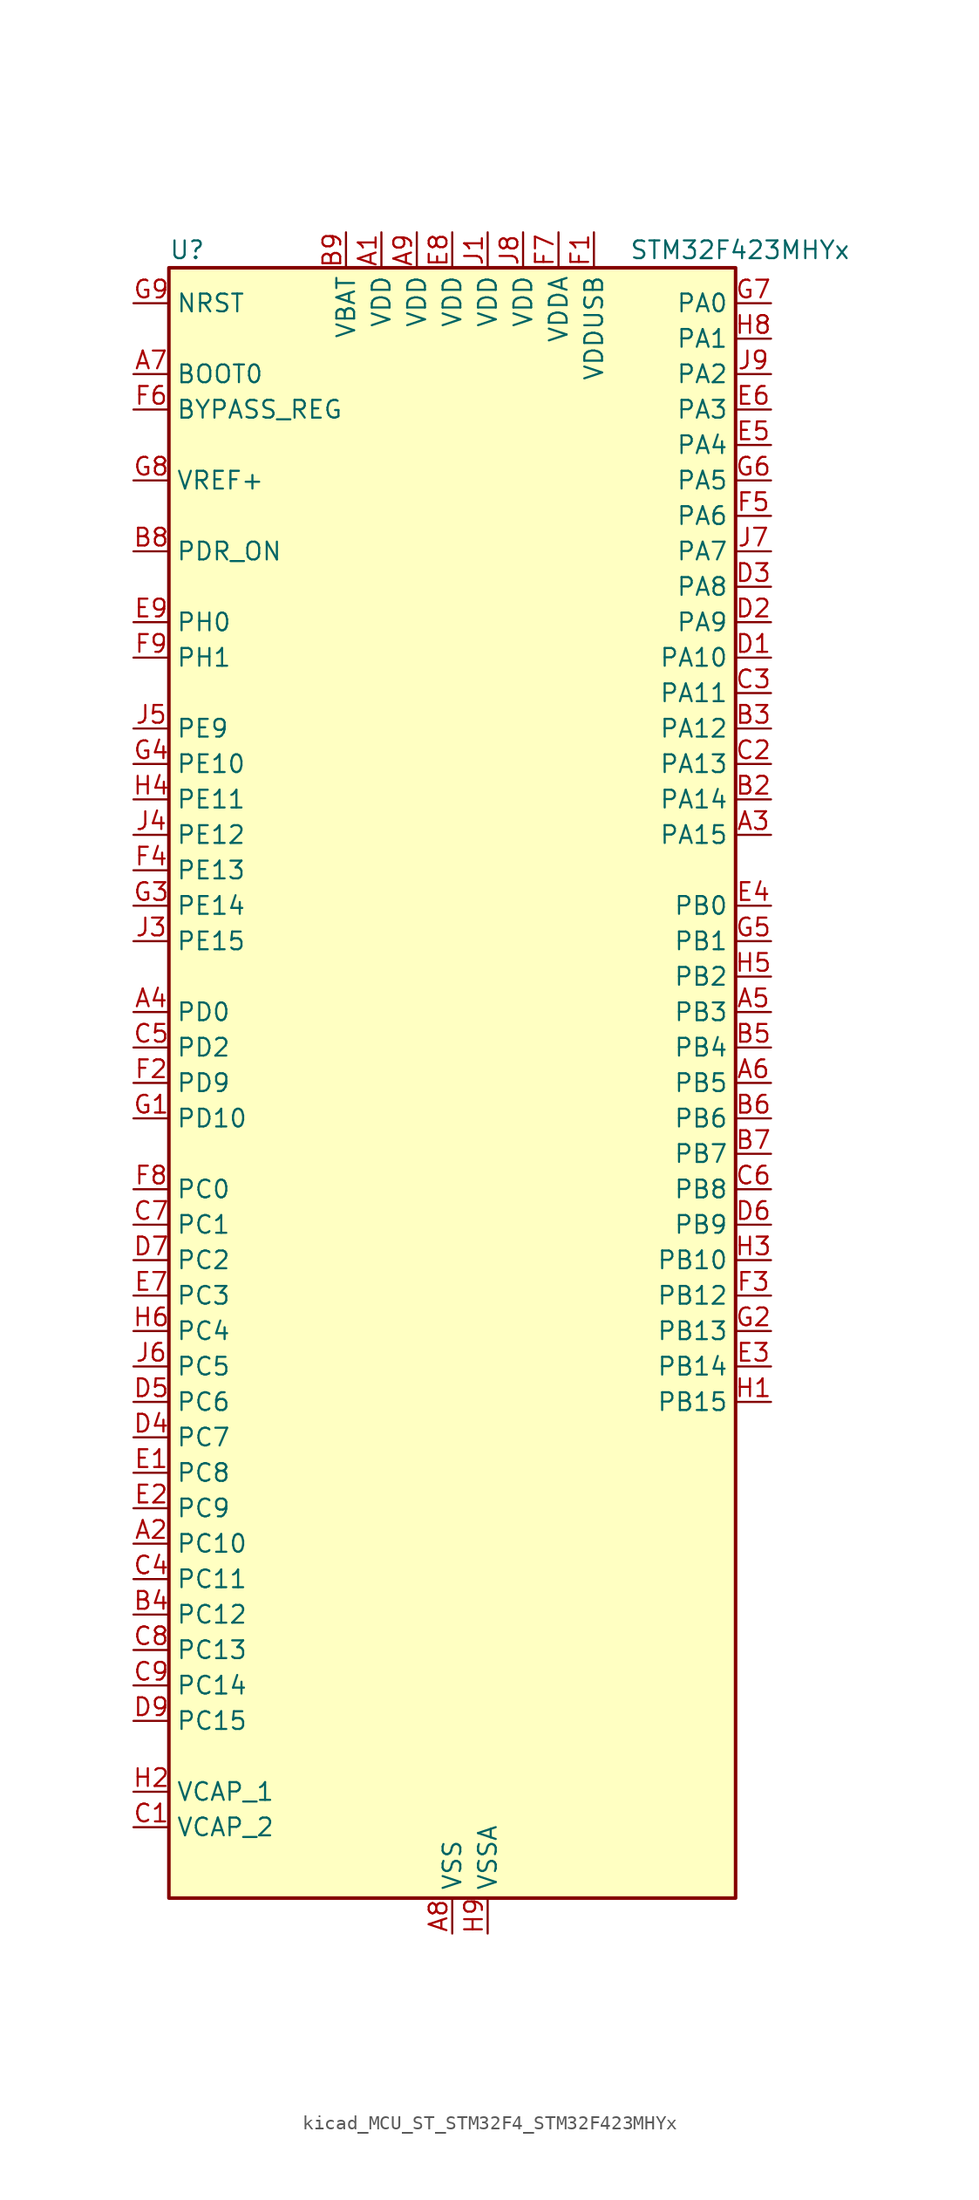
<source format=kicad_sym>
(kicad_symbol_lib
  (version 20220914)
  (generator kicad_symbol_editor)
  (symbol "kicad_MCU_ST_STM32F4_STM32F423MHYx"
    (property "Reference" "U"
      (at -20.32 59.69 0)
      (effects (font (size 1.27 1.27)) (justify left)))
    (property "Value" "STM32F423MHYx"
      (at 12.7 59.69 0)
      (effects (font (size 1.27 1.27)) (justify left)))
    (property "ki_locked" ""
      (at 0 0 0)
      (effects (font (size 1.27 1.27))))
    (symbol "kicad_MCU_ST_STM32F4_STM32F423MHYx_0_1"
      (rectangle (start -20.32 -58.42) (end 20.32 58.42) (stroke (width 0.254) (type default)) (fill (type background))))
    (symbol "kicad_MCU_ST_STM32F4_STM32F423MHYx_1_1"
      (pin power_in line (at -5.08 60.96 270) (length 2.54) (name "VDD" (effects (font (size 1.27 1.27)))) (number "A1" (effects (font (size 1.27 1.27)))))
      (pin bidirectional line (at -22.86 -33.02 0) (length 2.54) (name "PC10" (effects (font (size 1.27 1.27)))) (number "A2" (effects (font (size 1.27 1.27)))) (alternate "DFSDM2_CKIN5" bidirectional line) (alternate "I2S3_CK" bidirectional line) (alternate "QUADSPI_BK1_IO1" bidirectional line) (alternate "SDIO_D2" bidirectional line) (alternate "SPI3_SCK" bidirectional line) (alternate "USART3_TX" bidirectional line))
      (pin bidirectional line (at 22.86 17.78 180) (length 2.54) (name "PA15" (effects (font (size 1.27 1.27)))) (number "A3" (effects (font (size 1.27 1.27)))) (alternate "ADC1_EXTI15" bidirectional line) (alternate "CAN3_TX" bidirectional line) (alternate "I2S1_WS" bidirectional line) (alternate "I2S3_WS" bidirectional line) (alternate "SAI1_MCLK_A" bidirectional line) (alternate "SPI1_NSS" bidirectional line) (alternate "SPI3_NSS" bidirectional line) (alternate "SYS_JTDI" bidirectional line) (alternate "TIM2_CH1" bidirectional line) (alternate "TIM2_ETR" bidirectional line) (alternate "UART7_TX" bidirectional line) (alternate "USART1_TX" bidirectional line))
      (pin bidirectional line (at -22.86 5.08 0) (length 2.54) (name "PD0" (effects (font (size 1.27 1.27)))) (number "A4" (effects (font (size 1.27 1.27)))) (alternate "CAN1_RX" bidirectional line) (alternate "DFSDM2_CKIN6" bidirectional line) (alternate "FSMC_D2" bidirectional line) (alternate "FSMC_DA2" bidirectional line) (alternate "UART4_RX" bidirectional line))
      (pin bidirectional line (at 22.86 5.08 180) (length 2.54) (name "PB3" (effects (font (size 1.27 1.27)))) (number "A5" (effects (font (size 1.27 1.27)))) (alternate "CAN3_RX" bidirectional line) (alternate "FMPI2C1_SDA" bidirectional line) (alternate "I2C2_SDA" bidirectional line) (alternate "I2S1_CK" bidirectional line) (alternate "I2S3_CK" bidirectional line) (alternate "SAI1_SD_A" bidirectional line) (alternate "SPI1_SCK" bidirectional line) (alternate "SPI3_SCK" bidirectional line) (alternate "SYS_JTDO-SWO" bidirectional line) (alternate "TIM2_CH2" bidirectional line) (alternate "UART7_RX" bidirectional line) (alternate "USART1_RX" bidirectional line))
      (pin bidirectional line (at 22.86 0 180) (length 2.54) (name "PB5" (effects (font (size 1.27 1.27)))) (number "A6" (effects (font (size 1.27 1.27)))) (alternate "CAN2_RX" bidirectional line) (alternate "I2C1_SMBA" bidirectional line) (alternate "I2S1_SD" bidirectional line) (alternate "I2S3_SD" bidirectional line) (alternate "LPTIM1_IN1" bidirectional line) (alternate "SAI1_FS_A" bidirectional line) (alternate "SDIO_D3" bidirectional line) (alternate "SPI1_MOSI" bidirectional line) (alternate "SPI3_MOSI" bidirectional line) (alternate "TIM3_CH2" bidirectional line) (alternate "UART5_RX" bidirectional line))
      (pin input line (at -22.86 50.8 0) (length 2.54) (name "BOOT0" (effects (font (size 1.27 1.27)))) (number "A7" (effects (font (size 1.27 1.27)))))
      (pin power_in line (at 0 -60.96 90) (length 2.54) (name "VSS" (effects (font (size 1.27 1.27)))) (number "A8" (effects (font (size 1.27 1.27)))))
      (pin power_in line (at -2.54 60.96 270) (length 2.54) (name "VDD" (effects (font (size 1.27 1.27)))) (number "A9" (effects (font (size 1.27 1.27)))))
      (pin passive line (at 0 -60.96 90) (length 2.54) hide (name "VSS" (effects (font (size 1.27 1.27)))) (number "B1" (effects (font (size 1.27 1.27)))))
      (pin bidirectional line (at 22.86 20.32 180) (length 2.54) (name "PA14" (effects (font (size 1.27 1.27)))) (number "B2" (effects (font (size 1.27 1.27)))) (alternate "SYS_JTCK-SWCLK" bidirectional line))
      (pin bidirectional line (at 22.86 25.4 180) (length 2.54) (name "PA12" (effects (font (size 1.27 1.27)))) (number "B3" (effects (font (size 1.27 1.27)))) (alternate "CAN1_TX" bidirectional line) (alternate "DFSDM2_DATIN5" bidirectional line) (alternate "SPI2_MISO" bidirectional line) (alternate "SPI5_MISO" bidirectional line) (alternate "TIM1_ETR" bidirectional line) (alternate "UART4_TX" bidirectional line) (alternate "USART1_RTS" bidirectional line) (alternate "USART6_RX" bidirectional line) (alternate "USB_OTG_FS_DP" bidirectional line))
      (pin bidirectional line (at -22.86 -38.1 0) (length 2.54) (name "PC12" (effects (font (size 1.27 1.27)))) (number "B4" (effects (font (size 1.27 1.27)))) (alternate "FSMC_D3" bidirectional line) (alternate "FSMC_DA3" bidirectional line) (alternate "I2S3_SD" bidirectional line) (alternate "SDIO_CK" bidirectional line) (alternate "SPI3_MOSI" bidirectional line) (alternate "UART5_TX" bidirectional line) (alternate "USART3_CK" bidirectional line))
      (pin bidirectional line (at 22.86 2.54 180) (length 2.54) (name "PB4" (effects (font (size 1.27 1.27)))) (number "B5" (effects (font (size 1.27 1.27)))) (alternate "CAN3_TX" bidirectional line) (alternate "I2C3_SDA" bidirectional line) (alternate "I2S3_ext_SD" bidirectional line) (alternate "SAI1_SCK_A" bidirectional line) (alternate "SDIO_D0" bidirectional line) (alternate "SPI1_MISO" bidirectional line) (alternate "SPI3_MISO" bidirectional line) (alternate "SYS_JTRST" bidirectional line) (alternate "TIM3_CH1" bidirectional line) (alternate "UART7_TX" bidirectional line))
      (pin bidirectional line (at 22.86 -2.54 180) (length 2.54) (name "PB6" (effects (font (size 1.27 1.27)))) (number "B6" (effects (font (size 1.27 1.27)))) (alternate "CAN2_TX" bidirectional line) (alternate "DFSDM2_CKIN7" bidirectional line) (alternate "I2C1_SCL" bidirectional line) (alternate "LPTIM1_ETR" bidirectional line) (alternate "QUADSPI_BK1_NCS" bidirectional line) (alternate "SDIO_D0" bidirectional line) (alternate "TIM4_CH1" bidirectional line) (alternate "UART5_TX" bidirectional line) (alternate "USART1_TX" bidirectional line))
      (pin bidirectional line (at 22.86 -5.08 180) (length 2.54) (name "PB7" (effects (font (size 1.27 1.27)))) (number "B7" (effects (font (size 1.27 1.27)))) (alternate "DFSDM2_DATIN7" bidirectional line) (alternate "FSMC_NL" bidirectional line) (alternate "I2C1_SDA" bidirectional line) (alternate "LPTIM1_IN2" bidirectional line) (alternate "TIM4_CH2" bidirectional line) (alternate "USART1_RX" bidirectional line))
      (pin input line (at -22.86 38.1 0) (length 2.54) (name "PDR_ON" (effects (font (size 1.27 1.27)))) (number "B8" (effects (font (size 1.27 1.27)))))
      (pin power_in line (at -7.62 60.96 270) (length 2.54) (name "VBAT" (effects (font (size 1.27 1.27)))) (number "B9" (effects (font (size 1.27 1.27)))))
      (pin power_out line (at -22.86 -53.34 0) (length 2.54) (name "VCAP_2" (effects (font (size 1.27 1.27)))) (number "C1" (effects (font (size 1.27 1.27)))))
      (pin bidirectional line (at 22.86 22.86 180) (length 2.54) (name "PA13" (effects (font (size 1.27 1.27)))) (number "C2" (effects (font (size 1.27 1.27)))) (alternate "SYS_JTMS-SWDIO" bidirectional line))
      (pin bidirectional line (at 22.86 27.94 180) (length 2.54) (name "PA11" (effects (font (size 1.27 1.27)))) (number "C3" (effects (font (size 1.27 1.27)))) (alternate "ADC1_EXTI11" bidirectional line) (alternate "CAN1_RX" bidirectional line) (alternate "DFSDM2_CKIN5" bidirectional line) (alternate "I2S2_WS" bidirectional line) (alternate "SPI2_NSS" bidirectional line) (alternate "SPI4_MISO" bidirectional line) (alternate "TIM1_CH4" bidirectional line) (alternate "UART4_RX" bidirectional line) (alternate "USART1_CTS" bidirectional line) (alternate "USART6_TX" bidirectional line) (alternate "USB_OTG_FS_DM" bidirectional line))
      (pin bidirectional line (at -22.86 -35.56 0) (length 2.54) (name "PC11" (effects (font (size 1.27 1.27)))) (number "C4" (effects (font (size 1.27 1.27)))) (alternate "ADC1_EXTI11" bidirectional line) (alternate "DFSDM2_DATIN5" bidirectional line) (alternate "FSMC_D2" bidirectional line) (alternate "FSMC_DA2" bidirectional line) (alternate "I2S3_ext_SD" bidirectional line) (alternate "QUADSPI_BK2_NCS" bidirectional line) (alternate "SDIO_D3" bidirectional line) (alternate "SPI3_MISO" bidirectional line) (alternate "UART4_RX" bidirectional line) (alternate "USART3_RX" bidirectional line))
      (pin bidirectional line (at -22.86 2.54 0) (length 2.54) (name "PD2" (effects (font (size 1.27 1.27)))) (number "C5" (effects (font (size 1.27 1.27)))) (alternate "DFSDM2_CKOUT" bidirectional line) (alternate "FSMC_NWE" bidirectional line) (alternate "SDIO_CMD" bidirectional line) (alternate "TIM3_ETR" bidirectional line) (alternate "UART5_RX" bidirectional line))
      (pin bidirectional line (at 22.86 -7.62 180) (length 2.54) (name "PB8" (effects (font (size 1.27 1.27)))) (number "C6" (effects (font (size 1.27 1.27)))) (alternate "CAN1_RX" bidirectional line) (alternate "DFSDM2_CKIN1" bidirectional line) (alternate "I2C1_SCL" bidirectional line) (alternate "I2C3_SDA" bidirectional line) (alternate "I2S5_SD" bidirectional line) (alternate "LPTIM1_OUT" bidirectional line) (alternate "SDIO_D4" bidirectional line) (alternate "SPI5_MOSI" bidirectional line) (alternate "TIM10_CH1" bidirectional line) (alternate "TIM4_CH3" bidirectional line) (alternate "UART5_RX" bidirectional line))
      (pin bidirectional line (at -22.86 -10.16 0) (length 2.54) (name "PC1" (effects (font (size 1.27 1.27)))) (number "C7" (effects (font (size 1.27 1.27)))) (alternate "ADC1_IN11" bidirectional line) (alternate "DFSDM2_DATIN4" bidirectional line) (alternate "LPTIM1_OUT" bidirectional line) (alternate "SAI1_SD_B" bidirectional line) (alternate "SYS_WKUP3" bidirectional line))
      (pin bidirectional line (at -22.86 -40.64 0) (length 2.54) (name "PC13" (effects (font (size 1.27 1.27)))) (number "C8" (effects (font (size 1.27 1.27)))) (alternate "RTC_AF1" bidirectional line))
      (pin bidirectional line (at -22.86 -43.18 0) (length 2.54) (name "PC14" (effects (font (size 1.27 1.27)))) (number "C9" (effects (font (size 1.27 1.27)))) (alternate "RCC_OSC32_IN" bidirectional line))
      (pin bidirectional line (at 22.86 30.48 180) (length 2.54) (name "PA10" (effects (font (size 1.27 1.27)))) (number "D1" (effects (font (size 1.27 1.27)))) (alternate "DFSDM2_DATIN3" bidirectional line) (alternate "I2S2_SD" bidirectional line) (alternate "I2S5_SD" bidirectional line) (alternate "SPI2_MOSI" bidirectional line) (alternate "SPI5_MOSI" bidirectional line) (alternate "TIM1_CH3" bidirectional line) (alternate "USART1_RX" bidirectional line) (alternate "USB_OTG_FS_ID" bidirectional line))
      (pin bidirectional line (at 22.86 33.02 180) (length 2.54) (name "PA9" (effects (font (size 1.27 1.27)))) (number "D2" (effects (font (size 1.27 1.27)))) (alternate "DAC_EXTI9" bidirectional line) (alternate "DFSDM2_CKIN3" bidirectional line) (alternate "I2C3_SMBA" bidirectional line) (alternate "I2S2_CK" bidirectional line) (alternate "SDIO_D2" bidirectional line) (alternate "SPI2_SCK" bidirectional line) (alternate "TIM1_CH2" bidirectional line) (alternate "USART1_TX" bidirectional line) (alternate "USB_OTG_FS_VBUS" bidirectional line))
      (pin bidirectional line (at 22.86 35.56 180) (length 2.54) (name "PA8" (effects (font (size 1.27 1.27)))) (number "D3" (effects (font (size 1.27 1.27)))) (alternate "CAN3_RX" bidirectional line) (alternate "DFSDM1_CKOUT" bidirectional line) (alternate "I2C3_SCL" bidirectional line) (alternate "RCC_MCO_1" bidirectional line) (alternate "SDIO_D1" bidirectional line) (alternate "TIM1_CH1" bidirectional line) (alternate "UART7_RX" bidirectional line) (alternate "USART1_CK" bidirectional line) (alternate "USB_OTG_FS_SOF" bidirectional line))
      (pin bidirectional line (at -22.86 -25.4 0) (length 2.54) (name "PC7" (effects (font (size 1.27 1.27)))) (number "D4" (effects (font (size 1.27 1.27)))) (alternate "DFSDM1_DATIN3" bidirectional line) (alternate "DFSDM2_CKIN6" bidirectional line) (alternate "FMPI2C1_SDA" bidirectional line) (alternate "I2S2_CK" bidirectional line) (alternate "I2S3_MCK" bidirectional line) (alternate "SDIO_D7" bidirectional line) (alternate "SPI2_SCK" bidirectional line) (alternate "TIM3_CH2" bidirectional line) (alternate "TIM8_CH2" bidirectional line) (alternate "USART6_RX" bidirectional line))
      (pin bidirectional line (at -22.86 -22.86 0) (length 2.54) (name "PC6" (effects (font (size 1.27 1.27)))) (number "D5" (effects (font (size 1.27 1.27)))) (alternate "DFSDM1_CKIN3" bidirectional line) (alternate "DFSDM2_DATIN6" bidirectional line) (alternate "FMPI2C1_SCL" bidirectional line) (alternate "FSMC_D1" bidirectional line) (alternate "FSMC_DA1" bidirectional line) (alternate "I2S2_MCK" bidirectional line) (alternate "SDIO_D6" bidirectional line) (alternate "TIM3_CH1" bidirectional line) (alternate "TIM8_CH1" bidirectional line) (alternate "USART6_TX" bidirectional line))
      (pin bidirectional line (at 22.86 -10.16 180) (length 2.54) (name "PB9" (effects (font (size 1.27 1.27)))) (number "D6" (effects (font (size 1.27 1.27)))) (alternate "CAN1_TX" bidirectional line) (alternate "DAC_EXTI9" bidirectional line) (alternate "DFSDM2_DATIN1" bidirectional line) (alternate "I2C1_SDA" bidirectional line) (alternate "I2C2_SDA" bidirectional line) (alternate "I2S2_WS" bidirectional line) (alternate "SDIO_D5" bidirectional line) (alternate "SPI2_NSS" bidirectional line) (alternate "TIM11_CH1" bidirectional line) (alternate "TIM4_CH4" bidirectional line) (alternate "UART5_TX" bidirectional line))
      (pin bidirectional line (at -22.86 -12.7 0) (length 2.54) (name "PC2" (effects (font (size 1.27 1.27)))) (number "D7" (effects (font (size 1.27 1.27)))) (alternate "ADC1_IN12" bidirectional line) (alternate "DFSDM1_CKOUT" bidirectional line) (alternate "DFSDM2_DATIN7" bidirectional line) (alternate "FSMC_NWE" bidirectional line) (alternate "I2S2_ext_SD" bidirectional line) (alternate "LPTIM1_IN2" bidirectional line) (alternate "SAI1_SCK_B" bidirectional line) (alternate "SPI2_MISO" bidirectional line))
      (pin passive line (at 0 -60.96 90) (length 2.54) hide (name "VSS" (effects (font (size 1.27 1.27)))) (number "D8" (effects (font (size 1.27 1.27)))))
      (pin bidirectional line (at -22.86 -45.72 0) (length 2.54) (name "PC15" (effects (font (size 1.27 1.27)))) (number "D9" (effects (font (size 1.27 1.27)))) (alternate "ADC1_EXTI15" bidirectional line) (alternate "RCC_OSC32_OUT" bidirectional line))
      (pin bidirectional line (at -22.86 -27.94 0) (length 2.54) (name "PC8" (effects (font (size 1.27 1.27)))) (number "E1" (effects (font (size 1.27 1.27)))) (alternate "DFSDM2_CKIN3" bidirectional line) (alternate "QUADSPI_BK1_IO2" bidirectional line) (alternate "SDIO_D0" bidirectional line) (alternate "TIM3_CH3" bidirectional line) (alternate "TIM8_CH3" bidirectional line) (alternate "USART6_CK" bidirectional line))
      (pin bidirectional line (at -22.86 -30.48 0) (length 2.54) (name "PC9" (effects (font (size 1.27 1.27)))) (number "E2" (effects (font (size 1.27 1.27)))) (alternate "DAC_EXTI9" bidirectional line) (alternate "DFSDM2_DATIN3" bidirectional line) (alternate "I2C3_SDA" bidirectional line) (alternate "I2S_CKIN" bidirectional line) (alternate "QUADSPI_BK1_IO0" bidirectional line) (alternate "RCC_MCO_2" bidirectional line) (alternate "SDIO_D1" bidirectional line) (alternate "TIM3_CH4" bidirectional line) (alternate "TIM8_CH4" bidirectional line))
      (pin bidirectional line (at 22.86 -20.32 180) (length 2.54) (name "PB14" (effects (font (size 1.27 1.27)))) (number "E3" (effects (font (size 1.27 1.27)))) (alternate "DFSDM1_DATIN2" bidirectional line) (alternate "FMPI2C1_SDA" bidirectional line) (alternate "FSMC_D0" bidirectional line) (alternate "FSMC_DA0" bidirectional line) (alternate "I2S2_ext_SD" bidirectional line) (alternate "SDIO_D6" bidirectional line) (alternate "SPI2_MISO" bidirectional line) (alternate "TIM12_CH1" bidirectional line) (alternate "TIM1_CH2N" bidirectional line) (alternate "TIM8_CH2N" bidirectional line) (alternate "USART3_RTS" bidirectional line))
      (pin bidirectional line (at 22.86 12.7 180) (length 2.54) (name "PB0" (effects (font (size 1.27 1.27)))) (number "E4" (effects (font (size 1.27 1.27)))) (alternate "ADC1_IN8" bidirectional line) (alternate "I2S5_CK" bidirectional line) (alternate "SPI5_SCK" bidirectional line) (alternate "TIM1_CH2N" bidirectional line) (alternate "TIM3_CH3" bidirectional line) (alternate "TIM8_CH2N" bidirectional line))
      (pin bidirectional line (at 22.86 45.72 180) (length 2.54) (name "PA4" (effects (font (size 1.27 1.27)))) (number "E5" (effects (font (size 1.27 1.27)))) (alternate "ADC1_IN4" bidirectional line) (alternate "DAC_OUT1" bidirectional line) (alternate "DFSDM1_DATIN1" bidirectional line) (alternate "FSMC_D6" bidirectional line) (alternate "FSMC_DA6" bidirectional line) (alternate "I2S1_WS" bidirectional line) (alternate "I2S3_WS" bidirectional line) (alternate "SPI1_NSS" bidirectional line) (alternate "SPI3_NSS" bidirectional line) (alternate "USART2_CK" bidirectional line))
      (pin bidirectional line (at 22.86 48.26 180) (length 2.54) (name "PA3" (effects (font (size 1.27 1.27)))) (number "E6" (effects (font (size 1.27 1.27)))) (alternate "ADC1_IN3" bidirectional line) (alternate "FSMC_D5" bidirectional line) (alternate "FSMC_DA5" bidirectional line) (alternate "I2S2_MCK" bidirectional line) (alternate "SAI1_SD_B" bidirectional line) (alternate "TIM2_CH4" bidirectional line) (alternate "TIM5_CH4" bidirectional line) (alternate "TIM9_CH2" bidirectional line) (alternate "USART2_RX" bidirectional line))
      (pin bidirectional line (at -22.86 -15.24 0) (length 2.54) (name "PC3" (effects (font (size 1.27 1.27)))) (number "E7" (effects (font (size 1.27 1.27)))) (alternate "ADC1_IN13" bidirectional line) (alternate "DFSDM2_CKIN7" bidirectional line) (alternate "FSMC_A0" bidirectional line) (alternate "I2S2_SD" bidirectional line) (alternate "LPTIM1_ETR" bidirectional line) (alternate "SAI1_FS_B" bidirectional line) (alternate "SPI2_MOSI" bidirectional line))
      (pin power_in line (at 0 60.96 270) (length 2.54) (name "VDD" (effects (font (size 1.27 1.27)))) (number "E8" (effects (font (size 1.27 1.27)))))
      (pin bidirectional line (at -22.86 33.02 0) (length 2.54) (name "PH0" (effects (font (size 1.27 1.27)))) (number "E9" (effects (font (size 1.27 1.27)))) (alternate "RCC_OSC_IN" bidirectional line))
      (pin power_in line (at 10.16 60.96 270) (length 2.54) (name "VDDUSB" (effects (font (size 1.27 1.27)))) (number "F1" (effects (font (size 1.27 1.27)))))
      (pin bidirectional line (at -22.86 0 0) (length 2.54) (name "PD9" (effects (font (size 1.27 1.27)))) (number "F2" (effects (font (size 1.27 1.27)))) (alternate "DAC_EXTI9" bidirectional line) (alternate "FSMC_D14" bidirectional line) (alternate "FSMC_DA14" bidirectional line) (alternate "USART3_RX" bidirectional line))
      (pin bidirectional line (at 22.86 -15.24 180) (length 2.54) (name "PB12" (effects (font (size 1.27 1.27)))) (number "F3" (effects (font (size 1.27 1.27)))) (alternate "CAN2_RX" bidirectional line) (alternate "DFSDM1_DATIN1" bidirectional line) (alternate "FSMC_D13" bidirectional line) (alternate "FSMC_DA13" bidirectional line) (alternate "I2C2_SMBA" bidirectional line) (alternate "I2S2_WS" bidirectional line) (alternate "I2S3_CK" bidirectional line) (alternate "I2S4_WS" bidirectional line) (alternate "SPI2_NSS" bidirectional line) (alternate "SPI3_SCK" bidirectional line) (alternate "SPI4_NSS" bidirectional line) (alternate "TIM1_BKIN" bidirectional line) (alternate "UART5_RX" bidirectional line) (alternate "USART3_CK" bidirectional line))
      (pin bidirectional line (at -22.86 15.24 0) (length 2.54) (name "PE13" (effects (font (size 1.27 1.27)))) (number "F4" (effects (font (size 1.27 1.27)))) (alternate "DFSDM2_CKIN7" bidirectional line) (alternate "FSMC_D10" bidirectional line) (alternate "FSMC_DA10" bidirectional line) (alternate "SPI4_MISO" bidirectional line) (alternate "SPI5_MISO" bidirectional line) (alternate "TIM1_CH3" bidirectional line))
      (pin bidirectional line (at 22.86 40.64 180) (length 2.54) (name "PA6" (effects (font (size 1.27 1.27)))) (number "F5" (effects (font (size 1.27 1.27)))) (alternate "ADC1_IN6" bidirectional line) (alternate "DFSDM2_CKIN1" bidirectional line) (alternate "I2S2_MCK" bidirectional line) (alternate "QUADSPI_BK2_IO0" bidirectional line) (alternate "SDIO_CMD" bidirectional line) (alternate "SPI1_MISO" bidirectional line) (alternate "TIM13_CH1" bidirectional line) (alternate "TIM1_BKIN" bidirectional line) (alternate "TIM3_CH1" bidirectional line) (alternate "TIM8_BKIN" bidirectional line))
      (pin input line (at -22.86 48.26 0) (length 2.54) (name "BYPASS_REG" (effects (font (size 1.27 1.27)))) (number "F6" (effects (font (size 1.27 1.27)))))
      (pin power_in line (at 7.62 60.96 270) (length 2.54) (name "VDDA" (effects (font (size 1.27 1.27)))) (number "F7" (effects (font (size 1.27 1.27)))))
      (pin bidirectional line (at -22.86 -7.62 0) (length 2.54) (name "PC0" (effects (font (size 1.27 1.27)))) (number "F8" (effects (font (size 1.27 1.27)))) (alternate "ADC1_IN10" bidirectional line) (alternate "DFSDM2_CKIN4" bidirectional line) (alternate "LPTIM1_IN1" bidirectional line) (alternate "SAI1_MCLK_B" bidirectional line) (alternate "SYS_WKUP2" bidirectional line))
      (pin bidirectional line (at -22.86 30.48 0) (length 2.54) (name "PH1" (effects (font (size 1.27 1.27)))) (number "F9" (effects (font (size 1.27 1.27)))) (alternate "RCC_OSC_OUT" bidirectional line))
      (pin bidirectional line (at -22.86 -2.54 0) (length 2.54) (name "PD10" (effects (font (size 1.27 1.27)))) (number "G1" (effects (font (size 1.27 1.27)))) (alternate "FSMC_D15" bidirectional line) (alternate "FSMC_DA15" bidirectional line) (alternate "UART4_TX" bidirectional line) (alternate "USART3_CK" bidirectional line))
      (pin bidirectional line (at 22.86 -17.78 180) (length 2.54) (name "PB13" (effects (font (size 1.27 1.27)))) (number "G2" (effects (font (size 1.27 1.27)))) (alternate "CAN2_TX" bidirectional line) (alternate "DFSDM1_CKIN1" bidirectional line) (alternate "FMPI2C1_SMBA" bidirectional line) (alternate "I2S2_CK" bidirectional line) (alternate "I2S4_CK" bidirectional line) (alternate "SPI2_SCK" bidirectional line) (alternate "SPI4_SCK" bidirectional line) (alternate "TIM1_CH1N" bidirectional line) (alternate "UART5_TX" bidirectional line) (alternate "USART3_CTS" bidirectional line))
      (pin bidirectional line (at -22.86 12.7 0) (length 2.54) (name "PE14" (effects (font (size 1.27 1.27)))) (number "G3" (effects (font (size 1.27 1.27)))) (alternate "DFSDM2_DATIN1" bidirectional line) (alternate "FSMC_D11" bidirectional line) (alternate "FSMC_DA11" bidirectional line) (alternate "I2S4_SD" bidirectional line) (alternate "I2S5_SD" bidirectional line) (alternate "SPI4_MOSI" bidirectional line) (alternate "SPI5_MOSI" bidirectional line) (alternate "TIM1_CH4" bidirectional line))
      (pin bidirectional line (at -22.86 22.86 0) (length 2.54) (name "PE10" (effects (font (size 1.27 1.27)))) (number "G4" (effects (font (size 1.27 1.27)))) (alternate "DFSDM2_DATIN0" bidirectional line) (alternate "FSMC_D7" bidirectional line) (alternate "FSMC_DA7" bidirectional line) (alternate "QUADSPI_BK2_IO3" bidirectional line) (alternate "TIM1_CH2N" bidirectional line))
      (pin bidirectional line (at 22.86 10.16 180) (length 2.54) (name "PB1" (effects (font (size 1.27 1.27)))) (number "G5" (effects (font (size 1.27 1.27)))) (alternate "ADC1_IN9" bidirectional line) (alternate "DFSDM1_DATIN0" bidirectional line) (alternate "I2S5_WS" bidirectional line) (alternate "QUADSPI_CLK" bidirectional line) (alternate "SPI5_NSS" bidirectional line) (alternate "TIM1_CH3N" bidirectional line) (alternate "TIM3_CH4" bidirectional line) (alternate "TIM8_CH3N" bidirectional line))
      (pin bidirectional line (at 22.86 43.18 180) (length 2.54) (name "PA5" (effects (font (size 1.27 1.27)))) (number "G6" (effects (font (size 1.27 1.27)))) (alternate "ADC1_IN5" bidirectional line) (alternate "DAC_OUT2" bidirectional line) (alternate "DFSDM1_CKIN1" bidirectional line) (alternate "FSMC_D7" bidirectional line) (alternate "FSMC_DA7" bidirectional line) (alternate "I2S1_CK" bidirectional line) (alternate "SPI1_SCK" bidirectional line) (alternate "TIM2_CH1" bidirectional line) (alternate "TIM2_ETR" bidirectional line) (alternate "TIM8_CH1N" bidirectional line))
      (pin bidirectional line (at 22.86 55.88 180) (length 2.54) (name "PA0" (effects (font (size 1.27 1.27)))) (number "G7" (effects (font (size 1.27 1.27)))) (alternate "ADC1_IN0" bidirectional line) (alternate "SYS_WKUP1" bidirectional line) (alternate "TIM2_CH1" bidirectional line) (alternate "TIM2_ETR" bidirectional line) (alternate "TIM5_CH1" bidirectional line) (alternate "TIM8_ETR" bidirectional line) (alternate "UART4_TX" bidirectional line) (alternate "USART2_CTS" bidirectional line))
      (pin input line (at -22.86 43.18 0) (length 2.54) (name "VREF+" (effects (font (size 1.27 1.27)))) (number "G8" (effects (font (size 1.27 1.27)))))
      (pin input line (at -22.86 55.88 0) (length 2.54) (name "NRST" (effects (font (size 1.27 1.27)))) (number "G9" (effects (font (size 1.27 1.27)))))
      (pin bidirectional line (at 22.86 -22.86 180) (length 2.54) (name "PB15" (effects (font (size 1.27 1.27)))) (number "H1" (effects (font (size 1.27 1.27)))) (alternate "ADC1_EXTI15" bidirectional line) (alternate "DFSDM1_CKIN2" bidirectional line) (alternate "FMPI2C1_SCL" bidirectional line) (alternate "I2S2_SD" bidirectional line) (alternate "RTC_REFIN" bidirectional line) (alternate "SDIO_CK" bidirectional line) (alternate "SPI2_MOSI" bidirectional line) (alternate "TIM12_CH2" bidirectional line) (alternate "TIM1_CH3N" bidirectional line) (alternate "TIM8_CH3N" bidirectional line))
      (pin power_out line (at -22.86 -50.8 0) (length 2.54) (name "VCAP_1" (effects (font (size 1.27 1.27)))) (number "H2" (effects (font (size 1.27 1.27)))))
      (pin bidirectional line (at 22.86 -12.7 180) (length 2.54) (name "PB10" (effects (font (size 1.27 1.27)))) (number "H3" (effects (font (size 1.27 1.27)))) (alternate "DFSDM2_CKOUT" bidirectional line) (alternate "FMPI2C1_SCL" bidirectional line) (alternate "I2C2_SCL" bidirectional line) (alternate "I2S2_CK" bidirectional line) (alternate "I2S3_MCK" bidirectional line) (alternate "SDIO_D7" bidirectional line) (alternate "SPI2_SCK" bidirectional line) (alternate "TIM2_CH3" bidirectional line) (alternate "USART3_TX" bidirectional line))
      (pin bidirectional line (at -22.86 20.32 0) (length 2.54) (name "PE11" (effects (font (size 1.27 1.27)))) (number "H4" (effects (font (size 1.27 1.27)))) (alternate "ADC1_EXTI11" bidirectional line) (alternate "DFSDM2_CKIN0" bidirectional line) (alternate "FSMC_D8" bidirectional line) (alternate "FSMC_DA8" bidirectional line) (alternate "I2S4_WS" bidirectional line) (alternate "I2S5_WS" bidirectional line) (alternate "SPI4_NSS" bidirectional line) (alternate "SPI5_NSS" bidirectional line) (alternate "TIM1_CH2" bidirectional line))
      (pin bidirectional line (at 22.86 7.62 180) (length 2.54) (name "PB2" (effects (font (size 1.27 1.27)))) (number "H5" (effects (font (size 1.27 1.27)))) (alternate "DFSDM1_CKIN0" bidirectional line) (alternate "LPTIM1_OUT" bidirectional line) (alternate "QUADSPI_CLK" bidirectional line))
      (pin bidirectional line (at -22.86 -17.78 0) (length 2.54) (name "PC4" (effects (font (size 1.27 1.27)))) (number "H6" (effects (font (size 1.27 1.27)))) (alternate "ADC1_IN14" bidirectional line) (alternate "DFSDM2_CKIN2" bidirectional line) (alternate "FSMC_NE4" bidirectional line) (alternate "I2S1_MCK" bidirectional line) (alternate "QUADSPI_BK2_IO2" bidirectional line))
      (pin passive line (at 0 -60.96 90) (length 2.54) hide (name "VSS" (effects (font (size 1.27 1.27)))) (number "H7" (effects (font (size 1.27 1.27)))))
      (pin bidirectional line (at 22.86 53.34 180) (length 2.54) (name "PA1" (effects (font (size 1.27 1.27)))) (number "H8" (effects (font (size 1.27 1.27)))) (alternate "ADC1_IN1" bidirectional line) (alternate "I2S4_SD" bidirectional line) (alternate "QUADSPI_BK1_IO3" bidirectional line) (alternate "SPI4_MOSI" bidirectional line) (alternate "TIM2_CH2" bidirectional line) (alternate "TIM5_CH2" bidirectional line) (alternate "UART4_RX" bidirectional line) (alternate "USART2_RTS" bidirectional line))
      (pin power_in line (at 2.54 -60.96 90) (length 2.54) (name "VSSA" (effects (font (size 1.27 1.27)))) (number "H9" (effects (font (size 1.27 1.27)))))
      (pin power_in line (at 2.54 60.96 270) (length 2.54) (name "VDD" (effects (font (size 1.27 1.27)))) (number "J1" (effects (font (size 1.27 1.27)))))
      (pin passive line (at 0 -60.96 90) (length 2.54) hide (name "VSS" (effects (font (size 1.27 1.27)))) (number "J2" (effects (font (size 1.27 1.27)))))
      (pin bidirectional line (at -22.86 10.16 0) (length 2.54) (name "PE15" (effects (font (size 1.27 1.27)))) (number "J3" (effects (font (size 1.27 1.27)))) (alternate "ADC1_EXTI15" bidirectional line) (alternate "DFSDM2_CKIN1" bidirectional line) (alternate "FSMC_D12" bidirectional line) (alternate "FSMC_DA12" bidirectional line) (alternate "TIM1_BKIN" bidirectional line))
      (pin bidirectional line (at -22.86 17.78 0) (length 2.54) (name "PE12" (effects (font (size 1.27 1.27)))) (number "J4" (effects (font (size 1.27 1.27)))) (alternate "DFSDM2_DATIN7" bidirectional line) (alternate "FSMC_D9" bidirectional line) (alternate "FSMC_DA9" bidirectional line) (alternate "I2S4_CK" bidirectional line) (alternate "I2S5_CK" bidirectional line) (alternate "SPI4_SCK" bidirectional line) (alternate "SPI5_SCK" bidirectional line) (alternate "TIM1_CH3N" bidirectional line))
      (pin bidirectional line (at -22.86 25.4 0) (length 2.54) (name "PE9" (effects (font (size 1.27 1.27)))) (number "J5" (effects (font (size 1.27 1.27)))) (alternate "DAC_EXTI9" bidirectional line) (alternate "DFSDM1_CKOUT" bidirectional line) (alternate "FSMC_D6" bidirectional line) (alternate "FSMC_DA6" bidirectional line) (alternate "QUADSPI_BK2_IO2" bidirectional line) (alternate "TIM1_CH1" bidirectional line))
      (pin bidirectional line (at -22.86 -20.32 0) (length 2.54) (name "PC5" (effects (font (size 1.27 1.27)))) (number "J6" (effects (font (size 1.27 1.27)))) (alternate "ADC1_IN15" bidirectional line) (alternate "DFSDM2_DATIN2" bidirectional line) (alternate "FMPI2C1_SMBA" bidirectional line) (alternate "FSMC_NOE" bidirectional line) (alternate "QUADSPI_BK2_IO3" bidirectional line) (alternate "USART3_RX" bidirectional line))
      (pin bidirectional line (at 22.86 38.1 180) (length 2.54) (name "PA7" (effects (font (size 1.27 1.27)))) (number "J7" (effects (font (size 1.27 1.27)))) (alternate "ADC1_IN7" bidirectional line) (alternate "DFSDM2_DATIN1" bidirectional line) (alternate "I2S1_SD" bidirectional line) (alternate "QUADSPI_BK2_IO1" bidirectional line) (alternate "SPI1_MOSI" bidirectional line) (alternate "TIM14_CH1" bidirectional line) (alternate "TIM1_CH1N" bidirectional line) (alternate "TIM3_CH2" bidirectional line) (alternate "TIM8_CH1N" bidirectional line))
      (pin power_in line (at 5.08 60.96 270) (length 2.54) (name "VDD" (effects (font (size 1.27 1.27)))) (number "J8" (effects (font (size 1.27 1.27)))))
      (pin bidirectional line (at 22.86 50.8 180) (length 2.54) (name "PA2" (effects (font (size 1.27 1.27)))) (number "J9" (effects (font (size 1.27 1.27)))) (alternate "ADC1_IN2" bidirectional line) (alternate "FSMC_D4" bidirectional line) (alternate "FSMC_DA4" bidirectional line) (alternate "I2S_CKIN" bidirectional line) (alternate "TIM2_CH3" bidirectional line) (alternate "TIM5_CH3" bidirectional line) (alternate "TIM9_CH1" bidirectional line) (alternate "USART2_TX" bidirectional line)))))
</source>
